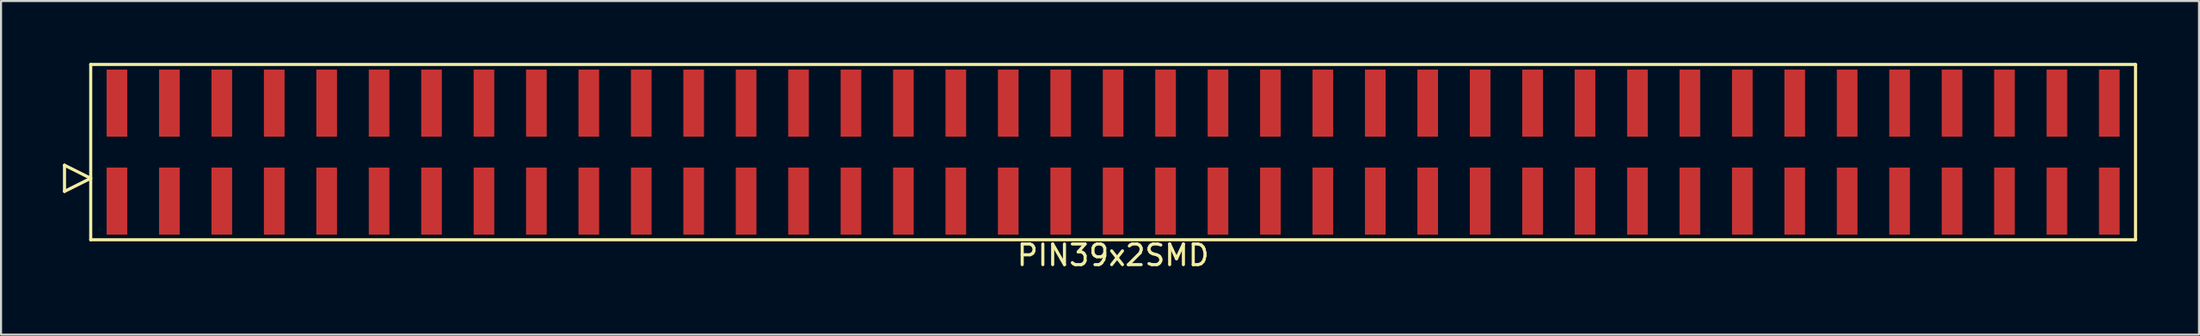
<source format=kicad_pcb>
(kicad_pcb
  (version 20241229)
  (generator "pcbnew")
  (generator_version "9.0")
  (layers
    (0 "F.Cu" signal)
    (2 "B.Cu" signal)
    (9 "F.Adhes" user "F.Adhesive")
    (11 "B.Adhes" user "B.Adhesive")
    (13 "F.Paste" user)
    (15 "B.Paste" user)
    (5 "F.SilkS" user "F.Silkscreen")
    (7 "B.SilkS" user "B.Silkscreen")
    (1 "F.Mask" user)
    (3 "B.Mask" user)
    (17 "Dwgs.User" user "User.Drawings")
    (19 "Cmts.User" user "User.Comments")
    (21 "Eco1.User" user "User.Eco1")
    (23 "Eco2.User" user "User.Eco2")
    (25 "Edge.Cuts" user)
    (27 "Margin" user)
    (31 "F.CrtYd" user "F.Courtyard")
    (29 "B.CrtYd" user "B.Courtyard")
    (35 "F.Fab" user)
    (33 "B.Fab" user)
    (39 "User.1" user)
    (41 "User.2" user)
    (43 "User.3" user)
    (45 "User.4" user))
  (footprint "PIN39x2SMD"
    (layer "F.Cu")
    (at 50.875 4.325)
    (property "Reference" "PIN39x2SMD" (at 0 5 0) (layer "F.SilkS") (effects (font (size 1 1) (thickness 0.15))))
    (attr through_hole)
    (fp_line (start -50.8 1.905) (end -50.8 0.635) (stroke (width 0.15) (type solid)) (layer "F.SilkS"))
    (fp_line (start -49.53 -4.25) (end -49.53 4.25) (stroke (width 0.15) (type solid)) (layer "F.SilkS"))
    (fp_line (start -49.53 1.27) (end -50.8 0.635) (stroke (width 0.15) (type solid)) (layer "F.SilkS"))
    (fp_line (start -49.53 1.27) (end -50.8 1.905) (stroke (width 0.15) (type solid)) (layer "F.SilkS"))
    (fp_line (start -49.53 4.25) (end 49.53 4.25) (stroke (width 0.15) (type solid)) (layer "F.SilkS"))
    (fp_line (start 49.53 -4.25) (end -49.53 -4.25) (stroke (width 0.15) (type solid)) (layer "F.SilkS"))
    (fp_line (start 49.53 4.25) (end 49.53 -4.25) (stroke (width 0.15) (type solid)) (layer "F.SilkS"))
    (pad "1" smd rect (at -48.26 2.375) (size 1 3.25) (layers "F.Cu" "F.Mask" "F.Paste"))
    (pad "2" smd rect (at -48.26 -2.375) (size 1 3.25) (layers "F.Cu" "F.Mask" "F.Paste"))
    (pad "3" smd rect (at -45.72 2.375) (size 1 3.25) (layers "F.Cu" "F.Mask" "F.Paste"))
    (pad "4" smd rect (at -45.72 -2.375) (size 1 3.25) (layers "F.Cu" "F.Mask" "F.Paste"))
    (pad "5" smd rect (at -43.18 2.375) (size 1 3.25) (layers "F.Cu" "F.Mask" "F.Paste"))
    (pad "6" smd rect (at -43.18 -2.375) (size 1 3.25) (layers "F.Cu" "F.Mask" "F.Paste"))
    (pad "7" smd rect (at -40.64 2.375) (size 1 3.25) (layers "F.Cu" "F.Mask" "F.Paste"))
    (pad "8" smd rect (at -40.64 -2.375) (size 1 3.25) (layers "F.Cu" "F.Mask" "F.Paste"))
    (pad "9" smd rect (at -38.1 2.375) (size 1 3.25) (layers "F.Cu" "F.Mask" "F.Paste"))
    (pad "10" smd rect (at -38.1 -2.375) (size 1 3.25) (layers "F.Cu" "F.Mask" "F.Paste"))
    (pad "11" smd rect (at -35.56 2.375) (size 1 3.25) (layers "F.Cu" "F.Mask" "F.Paste"))
    (pad "12" smd rect (at -35.56 -2.375) (size 1 3.25) (layers "F.Cu" "F.Mask" "F.Paste"))
    (pad "13" smd rect (at -33.02 2.375) (size 1 3.25) (layers "F.Cu" "F.Mask" "F.Paste"))
    (pad "14" smd rect (at -33.02 -2.375) (size 1 3.25) (layers "F.Cu" "F.Mask" "F.Paste"))
    (pad "15" smd rect (at -30.48 2.375) (size 1 3.25) (layers "F.Cu" "F.Mask" "F.Paste"))
    (pad "16" smd rect (at -30.48 -2.375) (size 1 3.25) (layers "F.Cu" "F.Mask" "F.Paste"))
    (pad "17" smd rect (at -27.94 2.375) (size 1 3.25) (layers "F.Cu" "F.Mask" "F.Paste"))
    (pad "18" smd rect (at -27.94 -2.375) (size 1 3.25) (layers "F.Cu" "F.Mask" "F.Paste"))
    (pad "19" smd rect (at -25.4 2.375) (size 1 3.25) (layers "F.Cu" "F.Mask" "F.Paste"))
    (pad "20" smd rect (at -25.4 -2.375) (size 1 3.25) (layers "F.Cu" "F.Mask" "F.Paste"))
    (pad "21" smd rect (at -22.86 2.375) (size 1 3.25) (layers "F.Cu" "F.Mask" "F.Paste"))
    (pad "22" smd rect (at -22.86 -2.375) (size 1 3.25) (layers "F.Cu" "F.Mask" "F.Paste"))
    (pad "23" smd rect (at -20.32 2.375) (size 1 3.25) (layers "F.Cu" "F.Mask" "F.Paste"))
    (pad "24" smd rect (at -20.32 -2.375) (size 1 3.25) (layers "F.Cu" "F.Mask" "F.Paste"))
    (pad "25" smd rect (at -17.78 2.375) (size 1 3.25) (layers "F.Cu" "F.Mask" "F.Paste"))
    (pad "26" smd rect (at -17.78 -2.375) (size 1 3.25) (layers "F.Cu" "F.Mask" "F.Paste"))
    (pad "27" smd rect (at -15.24 2.375) (size 1 3.25) (layers "F.Cu" "F.Mask" "F.Paste"))
    (pad "28" smd rect (at -15.24 -2.375) (size 1 3.25) (layers "F.Cu" "F.Mask" "F.Paste"))
    (pad "29" smd rect (at -12.7 2.375) (size 1 3.25) (layers "F.Cu" "F.Mask" "F.Paste"))
    (pad "30" smd rect (at -12.7 -2.375) (size 1 3.25) (layers "F.Cu" "F.Mask" "F.Paste"))
    (pad "31" smd rect (at -10.16 2.375) (size 1 3.25) (layers "F.Cu" "F.Mask" "F.Paste"))
    (pad "32" smd rect (at -10.16 -2.375) (size 1 3.25) (layers "F.Cu" "F.Mask" "F.Paste"))
    (pad "33" smd rect (at -7.62 2.375) (size 1 3.25) (layers "F.Cu" "F.Mask" "F.Paste"))
    (pad "34" smd rect (at -7.62 -2.375) (size 1 3.25) (layers "F.Cu" "F.Mask" "F.Paste"))
    (pad "35" smd rect (at -5.08 2.375) (size 1 3.25) (layers "F.Cu" "F.Mask" "F.Paste"))
    (pad "36" smd rect (at -5.08 -2.375) (size 1 3.25) (layers "F.Cu" "F.Mask" "F.Paste"))
    (pad "37" smd rect (at -2.54 2.375) (size 1 3.25) (layers "F.Cu" "F.Mask" "F.Paste"))
    (pad "38" smd rect (at -2.54 -2.375) (size 1 3.25) (layers "F.Cu" "F.Mask" "F.Paste"))
    (pad "39" smd rect (at 0 2.375) (size 1 3.25) (layers "F.Cu" "F.Mask" "F.Paste"))
    (pad "40" smd rect (at 0 -2.375) (size 1 3.25) (layers "F.Cu" "F.Mask" "F.Paste"))
    (pad "41" smd rect (at 2.54 2.375) (size 1 3.25) (layers "F.Cu" "F.Mask" "F.Paste"))
    (pad "42" smd rect (at 2.54 -2.375) (size 1 3.25) (layers "F.Cu" "F.Mask" "F.Paste"))
    (pad "43" smd rect (at 5.08 2.375) (size 1 3.25) (layers "F.Cu" "F.Mask" "F.Paste"))
    (pad "44" smd rect (at 5.08 -2.375) (size 1 3.25) (layers "F.Cu" "F.Mask" "F.Paste"))
    (pad "45" smd rect (at 7.62 2.375) (size 1 3.25) (layers "F.Cu" "F.Mask" "F.Paste"))
    (pad "46" smd rect (at 7.62 -2.375) (size 1 3.25) (layers "F.Cu" "F.Mask" "F.Paste"))
    (pad "47" smd rect (at 10.16 2.375) (size 1 3.25) (layers "F.Cu" "F.Mask" "F.Paste"))
    (pad "48" smd rect (at 10.16 -2.375) (size 1 3.25) (layers "F.Cu" "F.Mask" "F.Paste"))
    (pad "49" smd rect (at 12.7 2.375) (size 1 3.25) (layers "F.Cu" "F.Mask" "F.Paste"))
    (pad "50" smd rect (at 12.7 -2.375) (size 1 3.25) (layers "F.Cu" "F.Mask" "F.Paste"))
    (pad "51" smd rect (at 15.24 2.375) (size 1 3.25) (layers "F.Cu" "F.Mask" "F.Paste"))
    (pad "52" smd rect (at 15.24 -2.375) (size 1 3.25) (layers "F.Cu" "F.Mask" "F.Paste"))
    (pad "53" smd rect (at 17.78 2.375) (size 1 3.25) (layers "F.Cu" "F.Mask" "F.Paste"))
    (pad "54" smd rect (at 17.78 -2.375) (size 1 3.25) (layers "F.Cu" "F.Mask" "F.Paste"))
    (pad "55" smd rect (at 20.32 2.375) (size 1 3.25) (layers "F.Cu" "F.Mask" "F.Paste"))
    (pad "56" smd rect (at 20.32 -2.375) (size 1 3.25) (layers "F.Cu" "F.Mask" "F.Paste"))
    (pad "57" smd rect (at 22.86 2.375) (size 1 3.25) (layers "F.Cu" "F.Mask" "F.Paste"))
    (pad "58" smd rect (at 22.86 -2.375) (size 1 3.25) (layers "F.Cu" "F.Mask" "F.Paste"))
    (pad "59" smd rect (at 25.4 2.375) (size 1 3.25) (layers "F.Cu" "F.Mask" "F.Paste"))
    (pad "60" smd rect (at 25.4 -2.375) (size 1 3.25) (layers "F.Cu" "F.Mask" "F.Paste"))
    (pad "61" smd rect (at 27.94 2.375) (size 1 3.25) (layers "F.Cu" "F.Mask" "F.Paste"))
    (pad "62" smd rect (at 27.94 -2.375) (size 1 3.25) (layers "F.Cu" "F.Mask" "F.Paste"))
    (pad "63" smd rect (at 30.48 2.375) (size 1 3.25) (layers "F.Cu" "F.Mask" "F.Paste"))
    (pad "64" smd rect (at 30.48 -2.375) (size 1 3.25) (layers "F.Cu" "F.Mask" "F.Paste"))
    (pad "65" smd rect (at 33.02 2.375) (size 1 3.25) (layers "F.Cu" "F.Mask" "F.Paste"))
    (pad "66" smd rect (at 33.02 -2.375) (size 1 3.25) (layers "F.Cu" "F.Mask" "F.Paste"))
    (pad "67" smd rect (at 35.56 2.375) (size 1 3.25) (layers "F.Cu" "F.Mask" "F.Paste"))
    (pad "68" smd rect (at 35.56 -2.375) (size 1 3.25) (layers "F.Cu" "F.Mask" "F.Paste"))
    (pad "69" smd rect (at 38.1 2.375) (size 1 3.25) (layers "F.Cu" "F.Mask" "F.Paste"))
    (pad "70" smd rect (at 38.1 -2.375) (size 1 3.25) (layers "F.Cu" "F.Mask" "F.Paste"))
    (pad "71" smd rect (at 40.64 2.375) (size 1 3.25) (layers "F.Cu" "F.Mask" "F.Paste"))
    (pad "72" smd rect (at 40.64 -2.375) (size 1 3.25) (layers "F.Cu" "F.Mask" "F.Paste"))
    (pad "73" smd rect (at 43.18 2.375) (size 1 3.25) (layers "F.Cu" "F.Mask" "F.Paste"))
    (pad "74" smd rect (at 43.18 -2.375) (size 1 3.25) (layers "F.Cu" "F.Mask" "F.Paste"))
    (pad "75" smd rect (at 45.72 2.375) (size 1 3.25) (layers "F.Cu" "F.Mask" "F.Paste"))
    (pad "76" smd rect (at 45.72 -2.375) (size 1 3.25) (layers "F.Cu" "F.Mask" "F.Paste"))
    (pad "77" smd rect (at 48.26 2.375) (size 1 3.25) (layers "F.Cu" "F.Mask" "F.Paste"))
    (pad "78" smd rect (at 48.26 -2.375) (size 1 3.25) (layers "F.Cu" "F.Mask" "F.Paste")))
  (gr_rect
    (start -3 -3)
    (end 103.48 13.173)
    (stroke (width 0.1) (type default))
    (fill no)
    (layer "Edge.Cuts")))
</source>
